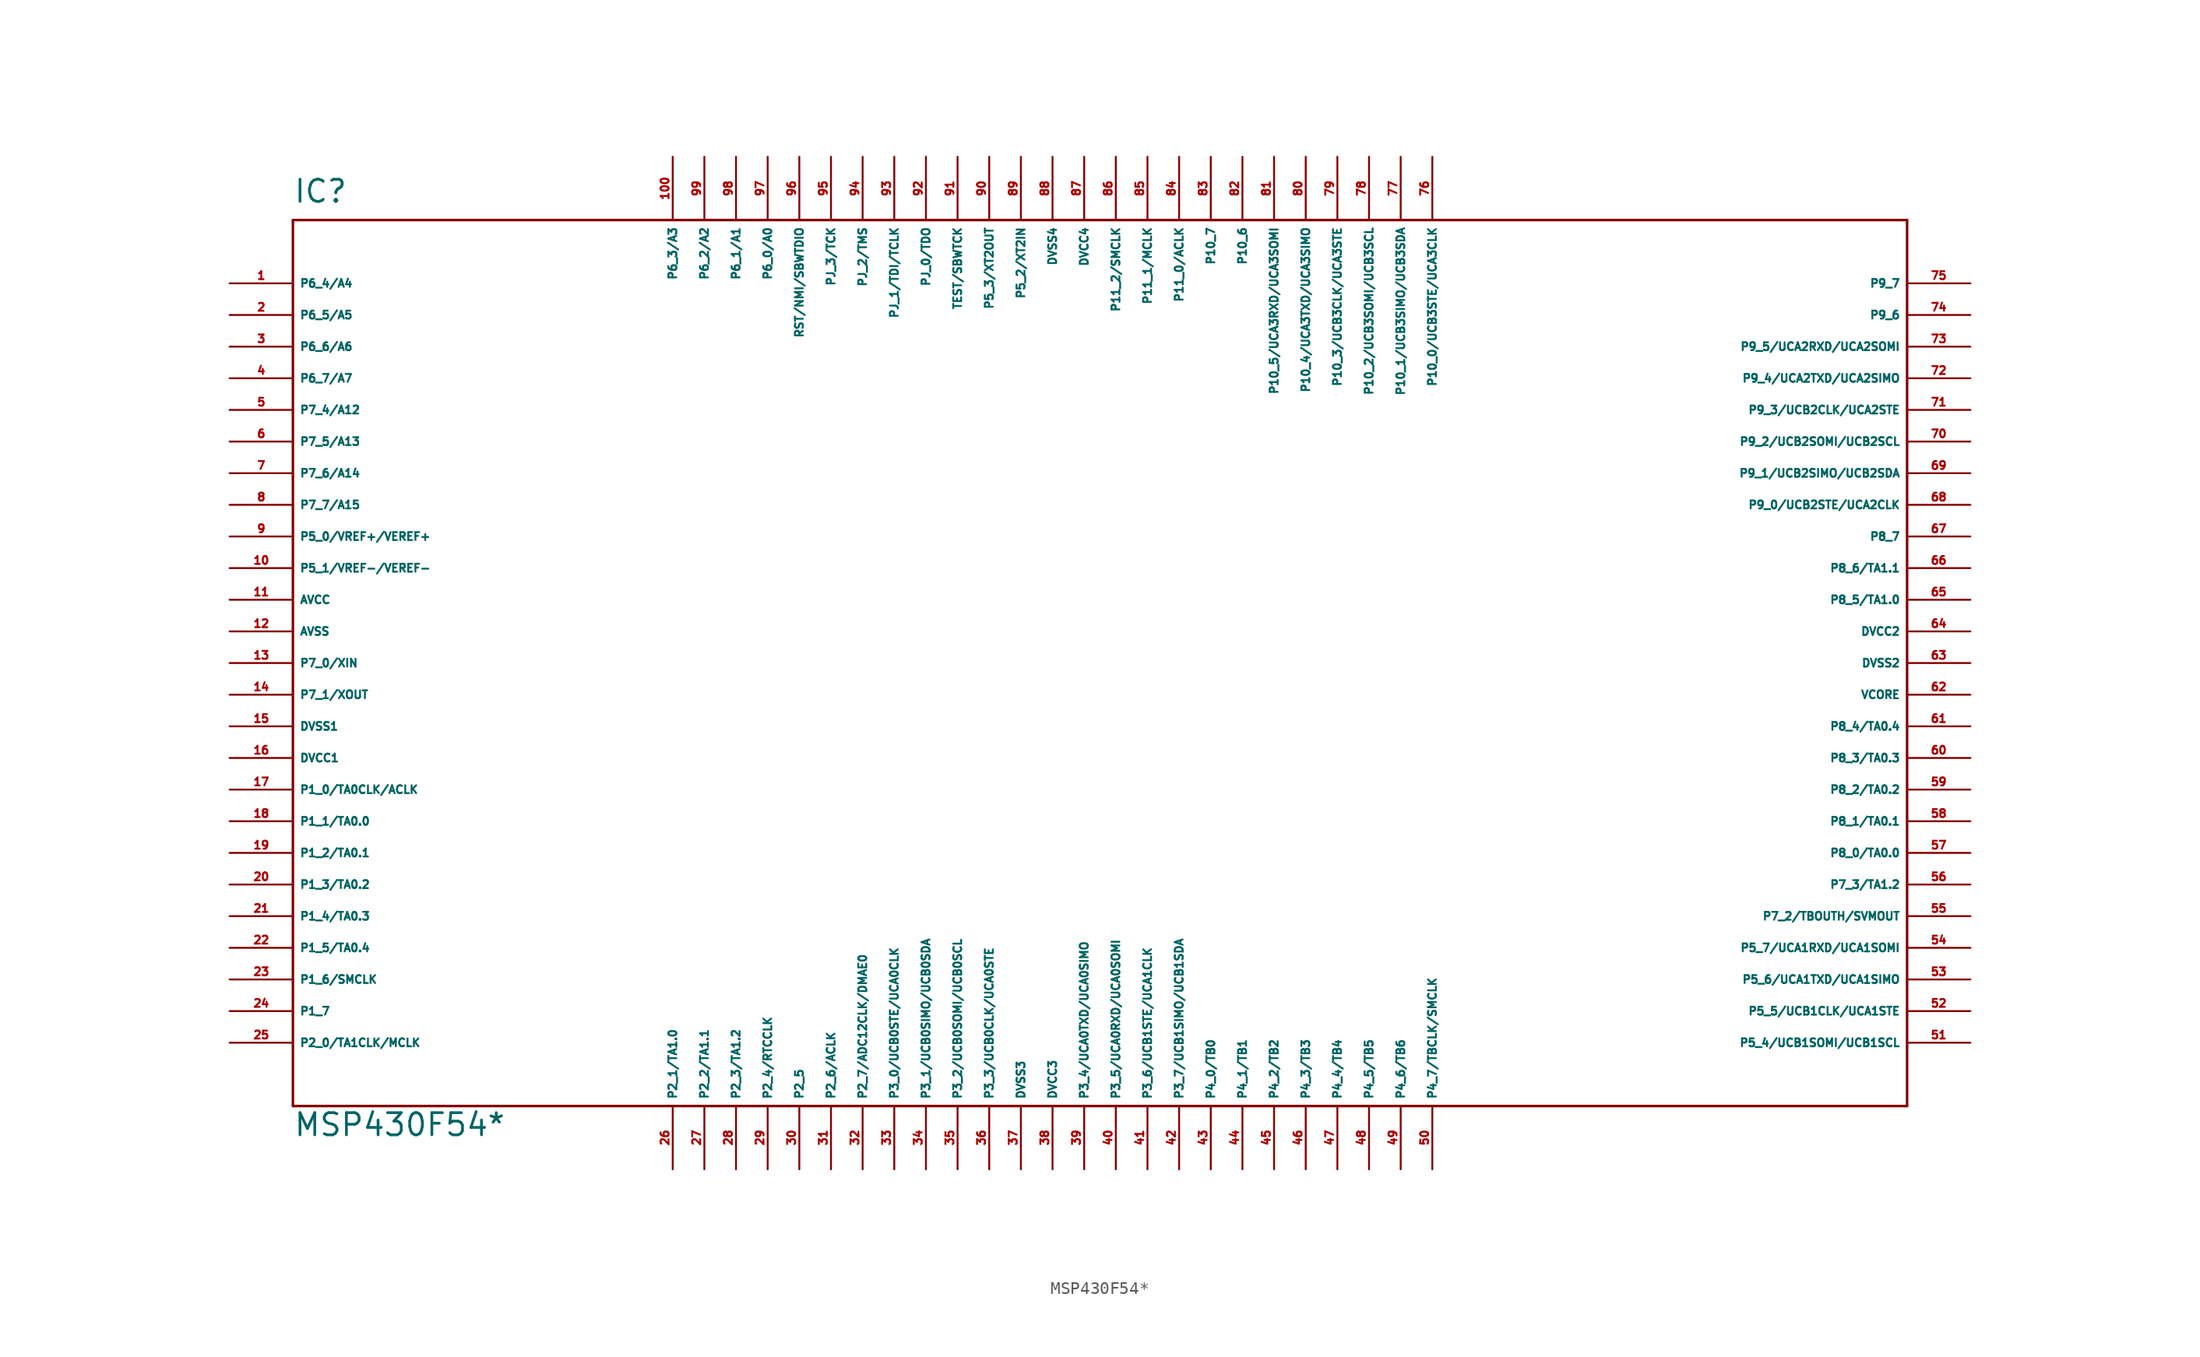
<source format=kicad_sym>
(kicad_symbol_lib
  (version 20220914)
  (generator Eagle2Kicad)
  (symbol "MSP430F54*"
    (property "Reference" "IC"
      (at -60.96 36.83 0)
      (effects (font (size 1.778 1.778) (thickness 0.22)) (justify left bottom)))
    (property "Value" "MSP430F54*"
      (at -60.96 -38.1 0)
      (effects (font (size 1.778 1.778) (thickness 0.22)) (justify left bottom)))
    (polyline
      (pts (xy -60.96 -35.56) (xy 68.58 -35.56))
      (stroke (width 0.203) (type default))
      (fill (type none)))
    (polyline
      (pts (xy 68.58 -35.56) (xy 68.58 35.56))
      (stroke (width 0.203) (type default))
      (fill (type none)))
    (polyline
      (pts (xy 68.58 35.56) (xy -60.96 35.56))
      (stroke (width 0.203) (type default))
      (fill (type none)))
    (polyline
      (pts (xy -60.96 35.56) (xy -60.96 -35.56))
      (stroke (width 0.203) (type default))
      (fill (type none)))
    (pin bidirectional line
      (at -66.04 30.48 0)
      (length 5.08)
      (name "P6_4/A4" (effects (font (size 0.635 0.635) (thickness 0.08)) (justify left bottom)))
      (number "1" (effects (font (size 0.635 0.635) (thickness 0.08)) (justify left bottom))))
    (pin bidirectional line
      (at -66.04 27.94 0)
      (length 5.08)
      (name "P6_5/A5" (effects (font (size 0.635 0.635) (thickness 0.08)) (justify left bottom)))
      (number "2" (effects (font (size 0.635 0.635) (thickness 0.08)) (justify left bottom))))
    (pin bidirectional line
      (at -66.04 25.4 0)
      (length 5.08)
      (name "P6_6/A6" (effects (font (size 0.635 0.635) (thickness 0.08)) (justify left bottom)))
      (number "3" (effects (font (size 0.635 0.635) (thickness 0.08)) (justify left bottom))))
    (pin bidirectional line
      (at -66.04 22.86 0)
      (length 5.08)
      (name "P6_7/A7" (effects (font (size 0.635 0.635) (thickness 0.08)) (justify left bottom)))
      (number "4" (effects (font (size 0.635 0.635) (thickness 0.08)) (justify left bottom))))
    (pin bidirectional line
      (at -66.04 20.32 0)
      (length 5.08)
      (name "P7_4/A12" (effects (font (size 0.635 0.635) (thickness 0.08)) (justify left bottom)))
      (number "5" (effects (font (size 0.635 0.635) (thickness 0.08)) (justify left bottom))))
    (pin bidirectional line
      (at -66.04 17.78 0)
      (length 5.08)
      (name "P7_5/A13" (effects (font (size 0.635 0.635) (thickness 0.08)) (justify left bottom)))
      (number "6" (effects (font (size 0.635 0.635) (thickness 0.08)) (justify left bottom))))
    (pin bidirectional line
      (at -66.04 15.24 0)
      (length 5.08)
      (name "P7_6/A14" (effects (font (size 0.635 0.635) (thickness 0.08)) (justify left bottom)))
      (number "7" (effects (font (size 0.635 0.635) (thickness 0.08)) (justify left bottom))))
    (pin bidirectional line
      (at -66.04 12.7 0)
      (length 5.08)
      (name "P7_7/A15" (effects (font (size 0.635 0.635) (thickness 0.08)) (justify left bottom)))
      (number "8" (effects (font (size 0.635 0.635) (thickness 0.08)) (justify left bottom))))
    (pin bidirectional line
      (at -66.04 10.16 0)
      (length 5.08)
      (name "P5_0/VREF+/VEREF+" (effects (font (size 0.635 0.635) (thickness 0.08)) (justify left bottom)))
      (number "9" (effects (font (size 0.635 0.635) (thickness 0.08)) (justify left bottom))))
    (pin bidirectional line
      (at -66.04 7.62 0)
      (length 5.08)
      (name "P5_1/VREF-/VEREF-" (effects (font (size 0.635 0.635) (thickness 0.08)) (justify left bottom)))
      (number "10" (effects (font (size 0.635 0.635) (thickness 0.08)) (justify left bottom))))
    (pin unspecified line
      (at -66.04 5.08 0)
      (length 5.08)
      (name "AVCC" (effects (font (size 0.635 0.635) (thickness 0.08)) (justify left bottom)))
      (number "11" (effects (font (size 0.635 0.635) (thickness 0.08)) (justify left bottom))))
    (pin unspecified line
      (at -66.04 2.54 0)
      (length 5.08)
      (name "AVSS" (effects (font (size 0.635 0.635) (thickness 0.08)) (justify left bottom)))
      (number "12" (effects (font (size 0.635 0.635) (thickness 0.08)) (justify left bottom))))
    (pin bidirectional line
      (at -66.04 0 0)
      (length 5.08)
      (name "P7_0/XIN" (effects (font (size 0.635 0.635) (thickness 0.08)) (justify left bottom)))
      (number "13" (effects (font (size 0.635 0.635) (thickness 0.08)) (justify left bottom))))
    (pin bidirectional line
      (at -66.04 -2.54 0)
      (length 5.08)
      (name "P7_1/XOUT" (effects (font (size 0.635 0.635) (thickness 0.08)) (justify left bottom)))
      (number "14" (effects (font (size 0.635 0.635) (thickness 0.08)) (justify left bottom))))
    (pin unspecified line
      (at -66.04 -5.08 0)
      (length 5.08)
      (name "DVSS1" (effects (font (size 0.635 0.635) (thickness 0.08)) (justify left bottom)))
      (number "15" (effects (font (size 0.635 0.635) (thickness 0.08)) (justify left bottom))))
    (pin unspecified line
      (at -66.04 -7.62 0)
      (length 5.08)
      (name "DVCC1" (effects (font (size 0.635 0.635) (thickness 0.08)) (justify left bottom)))
      (number "16" (effects (font (size 0.635 0.635) (thickness 0.08)) (justify left bottom))))
    (pin bidirectional line
      (at -66.04 -10.16 0)
      (length 5.08)
      (name "P1_0/TA0CLK/ACLK" (effects (font (size 0.635 0.635) (thickness 0.08)) (justify left bottom)))
      (number "17" (effects (font (size 0.635 0.635) (thickness 0.08)) (justify left bottom))))
    (pin bidirectional line
      (at -66.04 -12.7 0)
      (length 5.08)
      (name "P1_1/TA0.0" (effects (font (size 0.635 0.635) (thickness 0.08)) (justify left bottom)))
      (number "18" (effects (font (size 0.635 0.635) (thickness 0.08)) (justify left bottom))))
    (pin bidirectional line
      (at -66.04 -15.24 0)
      (length 5.08)
      (name "P1_2/TA0.1" (effects (font (size 0.635 0.635) (thickness 0.08)) (justify left bottom)))
      (number "19" (effects (font (size 0.635 0.635) (thickness 0.08)) (justify left bottom))))
    (pin bidirectional line
      (at -66.04 -17.78 0)
      (length 5.08)
      (name "P1_3/TA0.2" (effects (font (size 0.635 0.635) (thickness 0.08)) (justify left bottom)))
      (number "20" (effects (font (size 0.635 0.635) (thickness 0.08)) (justify left bottom))))
    (pin bidirectional line
      (at -66.04 -20.32 0)
      (length 5.08)
      (name "P1_4/TA0.3" (effects (font (size 0.635 0.635) (thickness 0.08)) (justify left bottom)))
      (number "21" (effects (font (size 0.635 0.635) (thickness 0.08)) (justify left bottom))))
    (pin bidirectional line
      (at -66.04 -22.86 0)
      (length 5.08)
      (name "P1_5/TA0.4" (effects (font (size 0.635 0.635) (thickness 0.08)) (justify left bottom)))
      (number "22" (effects (font (size 0.635 0.635) (thickness 0.08)) (justify left bottom))))
    (pin bidirectional line
      (at -66.04 -25.4 0)
      (length 5.08)
      (name "P1_6/SMCLK" (effects (font (size 0.635 0.635) (thickness 0.08)) (justify left bottom)))
      (number "23" (effects (font (size 0.635 0.635) (thickness 0.08)) (justify left bottom))))
    (pin bidirectional line
      (at -66.04 -27.94 0)
      (length 5.08)
      (name "P1_7" (effects (font (size 0.635 0.635) (thickness 0.08)) (justify left bottom)))
      (number "24" (effects (font (size 0.635 0.635) (thickness 0.08)) (justify left bottom))))
    (pin bidirectional line
      (at -66.04 -30.48 0)
      (length 5.08)
      (name "P2_0/TA1CLK/MCLK" (effects (font (size 0.635 0.635) (thickness 0.08)) (justify left bottom)))
      (number "25" (effects (font (size 0.635 0.635) (thickness 0.08)) (justify left bottom))))
    (pin bidirectional line
      (at -30.48 -40.64 90)
      (length 5.08)
      (name "P2_1/TA1.0" (effects (font (size 0.635 0.635) (thickness 0.08)) (justify left bottom)))
      (number "26" (effects (font (size 0.635 0.635) (thickness 0.08)) (justify left bottom))))
    (pin bidirectional line
      (at -27.94 -40.64 90)
      (length 5.08)
      (name "P2_2/TA1.1" (effects (font (size 0.635 0.635) (thickness 0.08)) (justify left bottom)))
      (number "27" (effects (font (size 0.635 0.635) (thickness 0.08)) (justify left bottom))))
    (pin bidirectional line
      (at -25.4 -40.64 90)
      (length 5.08)
      (name "P2_3/TA1.2" (effects (font (size 0.635 0.635) (thickness 0.08)) (justify left bottom)))
      (number "28" (effects (font (size 0.635 0.635) (thickness 0.08)) (justify left bottom))))
    (pin bidirectional line
      (at -22.86 -40.64 90)
      (length 5.08)
      (name "P2_4/RTCCLK" (effects (font (size 0.635 0.635) (thickness 0.08)) (justify left bottom)))
      (number "29" (effects (font (size 0.635 0.635) (thickness 0.08)) (justify left bottom))))
    (pin bidirectional line
      (at -20.32 -40.64 90)
      (length 5.08)
      (name "P2_5" (effects (font (size 0.635 0.635) (thickness 0.08)) (justify left bottom)))
      (number "30" (effects (font (size 0.635 0.635) (thickness 0.08)) (justify left bottom))))
    (pin bidirectional line
      (at -17.78 -40.64 90)
      (length 5.08)
      (name "P2_6/ACLK" (effects (font (size 0.635 0.635) (thickness 0.08)) (justify left bottom)))
      (number "31" (effects (font (size 0.635 0.635) (thickness 0.08)) (justify left bottom))))
    (pin bidirectional line
      (at -15.24 -40.64 90)
      (length 5.08)
      (name "P2_7/ADC12CLK/DMAE0" (effects (font (size 0.635 0.635) (thickness 0.08)) (justify left bottom)))
      (number "32" (effects (font (size 0.635 0.635) (thickness 0.08)) (justify left bottom))))
    (pin bidirectional line
      (at -12.7 -40.64 90)
      (length 5.08)
      (name "P3_0/UCB0STE/UCA0CLK" (effects (font (size 0.635 0.635) (thickness 0.08)) (justify left bottom)))
      (number "33" (effects (font (size 0.635 0.635) (thickness 0.08)) (justify left bottom))))
    (pin bidirectional line
      (at -10.16 -40.64 90)
      (length 5.08)
      (name "P3_1/UCB0SIMO/UCB0SDA" (effects (font (size 0.635 0.635) (thickness 0.08)) (justify left bottom)))
      (number "34" (effects (font (size 0.635 0.635) (thickness 0.08)) (justify left bottom))))
    (pin bidirectional line
      (at -7.62 -40.64 90)
      (length 5.08)
      (name "P3_2/UCB0SOMI/UCB0SCL" (effects (font (size 0.635 0.635) (thickness 0.08)) (justify left bottom)))
      (number "35" (effects (font (size 0.635 0.635) (thickness 0.08)) (justify left bottom))))
    (pin bidirectional line
      (at -5.08 -40.64 90)
      (length 5.08)
      (name "P3_3/UCB0CLK/UCA0STE" (effects (font (size 0.635 0.635) (thickness 0.08)) (justify left bottom)))
      (number "36" (effects (font (size 0.635 0.635) (thickness 0.08)) (justify left bottom))))
    (pin unspecified line
      (at -2.54 -40.64 90)
      (length 5.08)
      (name "DVSS3" (effects (font (size 0.635 0.635) (thickness 0.08)) (justify left bottom)))
      (number "37" (effects (font (size 0.635 0.635) (thickness 0.08)) (justify left bottom))))
    (pin unspecified line
      (at 0 -40.64 90)
      (length 5.08)
      (name "DVCC3" (effects (font (size 0.635 0.635) (thickness 0.08)) (justify left bottom)))
      (number "38" (effects (font (size 0.635 0.635) (thickness 0.08)) (justify left bottom))))
    (pin bidirectional line
      (at 2.54 -40.64 90)
      (length 5.08)
      (name "P3_4/UCA0TXD/UCA0SIMO" (effects (font (size 0.635 0.635) (thickness 0.08)) (justify left bottom)))
      (number "39" (effects (font (size 0.635 0.635) (thickness 0.08)) (justify left bottom))))
    (pin bidirectional line
      (at 5.08 -40.64 90)
      (length 5.08)
      (name "P3_5/UCA0RXD/UCA0SOMI" (effects (font (size 0.635 0.635) (thickness 0.08)) (justify left bottom)))
      (number "40" (effects (font (size 0.635 0.635) (thickness 0.08)) (justify left bottom))))
    (pin bidirectional line
      (at 7.62 -40.64 90)
      (length 5.08)
      (name "P3_6/UCB1STE/UCA1CLK" (effects (font (size 0.635 0.635) (thickness 0.08)) (justify left bottom)))
      (number "41" (effects (font (size 0.635 0.635) (thickness 0.08)) (justify left bottom))))
    (pin bidirectional line
      (at 10.16 -40.64 90)
      (length 5.08)
      (name "P3_7/UCB1SIMO/UCB1SDA" (effects (font (size 0.635 0.635) (thickness 0.08)) (justify left bottom)))
      (number "42" (effects (font (size 0.635 0.635) (thickness 0.08)) (justify left bottom))))
    (pin bidirectional line
      (at 12.7 -40.64 90)
      (length 5.08)
      (name "P4_0/TB0" (effects (font (size 0.635 0.635) (thickness 0.08)) (justify left bottom)))
      (number "43" (effects (font (size 0.635 0.635) (thickness 0.08)) (justify left bottom))))
    (pin bidirectional line
      (at 15.24 -40.64 90)
      (length 5.08)
      (name "P4_1/TB1" (effects (font (size 0.635 0.635) (thickness 0.08)) (justify left bottom)))
      (number "44" (effects (font (size 0.635 0.635) (thickness 0.08)) (justify left bottom))))
    (pin bidirectional line
      (at 17.78 -40.64 90)
      (length 5.08)
      (name "P4_2/TB2" (effects (font (size 0.635 0.635) (thickness 0.08)) (justify left bottom)))
      (number "45" (effects (font (size 0.635 0.635) (thickness 0.08)) (justify left bottom))))
    (pin bidirectional line
      (at 20.32 -40.64 90)
      (length 5.08)
      (name "P4_3/TB3" (effects (font (size 0.635 0.635) (thickness 0.08)) (justify left bottom)))
      (number "46" (effects (font (size 0.635 0.635) (thickness 0.08)) (justify left bottom))))
    (pin bidirectional line
      (at 22.86 -40.64 90)
      (length 5.08)
      (name "P4_4/TB4" (effects (font (size 0.635 0.635) (thickness 0.08)) (justify left bottom)))
      (number "47" (effects (font (size 0.635 0.635) (thickness 0.08)) (justify left bottom))))
    (pin bidirectional line
      (at 25.4 -40.64 90)
      (length 5.08)
      (name "P4_5/TB5" (effects (font (size 0.635 0.635) (thickness 0.08)) (justify left bottom)))
      (number "48" (effects (font (size 0.635 0.635) (thickness 0.08)) (justify left bottom))))
    (pin bidirectional line
      (at 27.94 -40.64 90)
      (length 5.08)
      (name "P4_6/TB6" (effects (font (size 0.635 0.635) (thickness 0.08)) (justify left bottom)))
      (number "49" (effects (font (size 0.635 0.635) (thickness 0.08)) (justify left bottom))))
    (pin bidirectional line
      (at 30.48 -40.64 90)
      (length 5.08)
      (name "P4_7/TBCLK/SMCLK" (effects (font (size 0.635 0.635) (thickness 0.08)) (justify left bottom)))
      (number "50" (effects (font (size 0.635 0.635) (thickness 0.08)) (justify left bottom))))
    (pin bidirectional line
      (at 73.66 -30.48 180)
      (length 5.08)
      (name "P5_4/UCB1SOMI/UCB1SCL" (effects (font (size 0.635 0.635) (thickness 0.08)) (justify left bottom)))
      (number "51" (effects (font (size 0.635 0.635) (thickness 0.08)) (justify left bottom))))
    (pin bidirectional line
      (at 73.66 -27.94 180)
      (length 5.08)
      (name "P5_5/UCB1CLK/UCA1STE" (effects (font (size 0.635 0.635) (thickness 0.08)) (justify left bottom)))
      (number "52" (effects (font (size 0.635 0.635) (thickness 0.08)) (justify left bottom))))
    (pin bidirectional line
      (at 73.66 -25.4 180)
      (length 5.08)
      (name "P5_6/UCA1TXD/UCA1SIMO" (effects (font (size 0.635 0.635) (thickness 0.08)) (justify left bottom)))
      (number "53" (effects (font (size 0.635 0.635) (thickness 0.08)) (justify left bottom))))
    (pin bidirectional line
      (at 73.66 -22.86 180)
      (length 5.08)
      (name "P5_7/UCA1RXD/UCA1SOMI" (effects (font (size 0.635 0.635) (thickness 0.08)) (justify left bottom)))
      (number "54" (effects (font (size 0.635 0.635) (thickness 0.08)) (justify left bottom))))
    (pin bidirectional line
      (at 73.66 -20.32 180)
      (length 5.08)
      (name "P7_2/TBOUTH/SVMOUT" (effects (font (size 0.635 0.635) (thickness 0.08)) (justify left bottom)))
      (number "55" (effects (font (size 0.635 0.635) (thickness 0.08)) (justify left bottom))))
    (pin bidirectional line
      (at 73.66 -17.78 180)
      (length 5.08)
      (name "P7_3/TA1.2" (effects (font (size 0.635 0.635) (thickness 0.08)) (justify left bottom)))
      (number "56" (effects (font (size 0.635 0.635) (thickness 0.08)) (justify left bottom))))
    (pin bidirectional line
      (at 73.66 -15.24 180)
      (length 5.08)
      (name "P8_0/TA0.0" (effects (font (size 0.635 0.635) (thickness 0.08)) (justify left bottom)))
      (number "57" (effects (font (size 0.635 0.635) (thickness 0.08)) (justify left bottom))))
    (pin bidirectional line
      (at 73.66 -12.7 180)
      (length 5.08)
      (name "P8_1/TA0.1" (effects (font (size 0.635 0.635) (thickness 0.08)) (justify left bottom)))
      (number "58" (effects (font (size 0.635 0.635) (thickness 0.08)) (justify left bottom))))
    (pin bidirectional line
      (at 73.66 -10.16 180)
      (length 5.08)
      (name "P8_2/TA0.2" (effects (font (size 0.635 0.635) (thickness 0.08)) (justify left bottom)))
      (number "59" (effects (font (size 0.635 0.635) (thickness 0.08)) (justify left bottom))))
    (pin bidirectional line
      (at 73.66 -7.62 180)
      (length 5.08)
      (name "P8_3/TA0.3" (effects (font (size 0.635 0.635) (thickness 0.08)) (justify left bottom)))
      (number "60" (effects (font (size 0.635 0.635) (thickness 0.08)) (justify left bottom))))
    (pin bidirectional line
      (at 73.66 -5.08 180)
      (length 5.08)
      (name "P8_4/TA0.4" (effects (font (size 0.635 0.635) (thickness 0.08)) (justify left bottom)))
      (number "61" (effects (font (size 0.635 0.635) (thickness 0.08)) (justify left bottom))))
    (pin unspecified line
      (at 73.66 -2.54 180)
      (length 5.08)
      (name "VCORE" (effects (font (size 0.635 0.635) (thickness 0.08)) (justify left bottom)))
      (number "62" (effects (font (size 0.635 0.635) (thickness 0.08)) (justify left bottom))))
    (pin unspecified line
      (at 73.66 0 180)
      (length 5.08)
      (name "DVSS2" (effects (font (size 0.635 0.635) (thickness 0.08)) (justify left bottom)))
      (number "63" (effects (font (size 0.635 0.635) (thickness 0.08)) (justify left bottom))))
    (pin unspecified line
      (at 73.66 2.54 180)
      (length 5.08)
      (name "DVCC2" (effects (font (size 0.635 0.635) (thickness 0.08)) (justify left bottom)))
      (number "64" (effects (font (size 0.635 0.635) (thickness 0.08)) (justify left bottom))))
    (pin bidirectional line
      (at 73.66 5.08 180)
      (length 5.08)
      (name "P8_5/TA1.0" (effects (font (size 0.635 0.635) (thickness 0.08)) (justify left bottom)))
      (number "65" (effects (font (size 0.635 0.635) (thickness 0.08)) (justify left bottom))))
    (pin bidirectional line
      (at 73.66 7.62 180)
      (length 5.08)
      (name "P8_6/TA1.1" (effects (font (size 0.635 0.635) (thickness 0.08)) (justify left bottom)))
      (number "66" (effects (font (size 0.635 0.635) (thickness 0.08)) (justify left bottom))))
    (pin bidirectional line
      (at 73.66 10.16 180)
      (length 5.08)
      (name "P8_7" (effects (font (size 0.635 0.635) (thickness 0.08)) (justify left bottom)))
      (number "67" (effects (font (size 0.635 0.635) (thickness 0.08)) (justify left bottom))))
    (pin bidirectional line
      (at 73.66 12.7 180)
      (length 5.08)
      (name "P9_0/UCB2STE/UCA2CLK" (effects (font (size 0.635 0.635) (thickness 0.08)) (justify left bottom)))
      (number "68" (effects (font (size 0.635 0.635) (thickness 0.08)) (justify left bottom))))
    (pin bidirectional line
      (at 73.66 15.24 180)
      (length 5.08)
      (name "P9_1/UCB2SIMO/UCB2SDA" (effects (font (size 0.635 0.635) (thickness 0.08)) (justify left bottom)))
      (number "69" (effects (font (size 0.635 0.635) (thickness 0.08)) (justify left bottom))))
    (pin bidirectional line
      (at 73.66 17.78 180)
      (length 5.08)
      (name "P9_2/UCB2SOMI/UCB2SCL" (effects (font (size 0.635 0.635) (thickness 0.08)) (justify left bottom)))
      (number "70" (effects (font (size 0.635 0.635) (thickness 0.08)) (justify left bottom))))
    (pin bidirectional line
      (at 73.66 20.32 180)
      (length 5.08)
      (name "P9_3/UCB2CLK/UCA2STE" (effects (font (size 0.635 0.635) (thickness 0.08)) (justify left bottom)))
      (number "71" (effects (font (size 0.635 0.635) (thickness 0.08)) (justify left bottom))))
    (pin bidirectional line
      (at 73.66 22.86 180)
      (length 5.08)
      (name "P9_4/UCA2TXD/UCA2SIMO" (effects (font (size 0.635 0.635) (thickness 0.08)) (justify left bottom)))
      (number "72" (effects (font (size 0.635 0.635) (thickness 0.08)) (justify left bottom))))
    (pin bidirectional line
      (at 73.66 25.4 180)
      (length 5.08)
      (name "P9_5/UCA2RXD/UCA2SOMI" (effects (font (size 0.635 0.635) (thickness 0.08)) (justify left bottom)))
      (number "73" (effects (font (size 0.635 0.635) (thickness 0.08)) (justify left bottom))))
    (pin bidirectional line
      (at 73.66 27.94 180)
      (length 5.08)
      (name "P9_6" (effects (font (size 0.635 0.635) (thickness 0.08)) (justify left bottom)))
      (number "74" (effects (font (size 0.635 0.635) (thickness 0.08)) (justify left bottom))))
    (pin bidirectional line
      (at 73.66 30.48 180)
      (length 5.08)
      (name "P9_7" (effects (font (size 0.635 0.635) (thickness 0.08)) (justify left bottom)))
      (number "75" (effects (font (size 0.635 0.635) (thickness 0.08)) (justify left bottom))))
    (pin bidirectional line
      (at 30.48 40.64 270)
      (length 5.08)
      (name "P10_0/UCB3STE/UCA3CLK" (effects (font (size 0.635 0.635) (thickness 0.08)) (justify left bottom)))
      (number "76" (effects (font (size 0.635 0.635) (thickness 0.08)) (justify left bottom))))
    (pin bidirectional line
      (at 27.94 40.64 270)
      (length 5.08)
      (name "P10_1/UCB3SIMO/UCB3SDA" (effects (font (size 0.635 0.635) (thickness 0.08)) (justify left bottom)))
      (number "77" (effects (font (size 0.635 0.635) (thickness 0.08)) (justify left bottom))))
    (pin bidirectional line
      (at 25.4 40.64 270)
      (length 5.08)
      (name "P10_2/UCB3SOMI/UCB3SCL" (effects (font (size 0.635 0.635) (thickness 0.08)) (justify left bottom)))
      (number "78" (effects (font (size 0.635 0.635) (thickness 0.08)) (justify left bottom))))
    (pin bidirectional line
      (at 22.86 40.64 270)
      (length 5.08)
      (name "P10_3/UCB3CLK/UCA3STE" (effects (font (size 0.635 0.635) (thickness 0.08)) (justify left bottom)))
      (number "79" (effects (font (size 0.635 0.635) (thickness 0.08)) (justify left bottom))))
    (pin bidirectional line
      (at 20.32 40.64 270)
      (length 5.08)
      (name "P10_4/UCA3TXD/UCA3SIMO" (effects (font (size 0.635 0.635) (thickness 0.08)) (justify left bottom)))
      (number "80" (effects (font (size 0.635 0.635) (thickness 0.08)) (justify left bottom))))
    (pin bidirectional line
      (at 17.78 40.64 270)
      (length 5.08)
      (name "P10_5/UCA3RXD/UCA3SOMI" (effects (font (size 0.635 0.635) (thickness 0.08)) (justify left bottom)))
      (number "81" (effects (font (size 0.635 0.635) (thickness 0.08)) (justify left bottom))))
    (pin bidirectional line
      (at 15.24 40.64 270)
      (length 5.08)
      (name "P10_6" (effects (font (size 0.635 0.635) (thickness 0.08)) (justify left bottom)))
      (number "82" (effects (font (size 0.635 0.635) (thickness 0.08)) (justify left bottom))))
    (pin bidirectional line
      (at 12.7 40.64 270)
      (length 5.08)
      (name "P10_7" (effects (font (size 0.635 0.635) (thickness 0.08)) (justify left bottom)))
      (number "83" (effects (font (size 0.635 0.635) (thickness 0.08)) (justify left bottom))))
    (pin bidirectional line
      (at 10.16 40.64 270)
      (length 5.08)
      (name "P11_0/ACLK" (effects (font (size 0.635 0.635) (thickness 0.08)) (justify left bottom)))
      (number "84" (effects (font (size 0.635 0.635) (thickness 0.08)) (justify left bottom))))
    (pin bidirectional line
      (at 7.62 40.64 270)
      (length 5.08)
      (name "P11_1/MCLK" (effects (font (size 0.635 0.635) (thickness 0.08)) (justify left bottom)))
      (number "85" (effects (font (size 0.635 0.635) (thickness 0.08)) (justify left bottom))))
    (pin bidirectional line
      (at 5.08 40.64 270)
      (length 5.08)
      (name "P11_2/SMCLK" (effects (font (size 0.635 0.635) (thickness 0.08)) (justify left bottom)))
      (number "86" (effects (font (size 0.635 0.635) (thickness 0.08)) (justify left bottom))))
    (pin unspecified line
      (at 2.54 40.64 270)
      (length 5.08)
      (name "DVCC4" (effects (font (size 0.635 0.635) (thickness 0.08)) (justify left bottom)))
      (number "87" (effects (font (size 0.635 0.635) (thickness 0.08)) (justify left bottom))))
    (pin unspecified line
      (at 0 40.64 270)
      (length 5.08)
      (name "DVSS4" (effects (font (size 0.635 0.635) (thickness 0.08)) (justify left bottom)))
      (number "88" (effects (font (size 0.635 0.635) (thickness 0.08)) (justify left bottom))))
    (pin bidirectional line
      (at -2.54 40.64 270)
      (length 5.08)
      (name "P5_2/XT2IN" (effects (font (size 0.635 0.635) (thickness 0.08)) (justify left bottom)))
      (number "89" (effects (font (size 0.635 0.635) (thickness 0.08)) (justify left bottom))))
    (pin bidirectional line
      (at -5.08 40.64 270)
      (length 5.08)
      (name "P5_3/XT2OUT" (effects (font (size 0.635 0.635) (thickness 0.08)) (justify left bottom)))
      (number "90" (effects (font (size 0.635 0.635) (thickness 0.08)) (justify left bottom))))
    (pin input line
      (at -7.62 40.64 270)
      (length 5.08)
      (name "TEST/SBWTCK" (effects (font (size 0.635 0.635) (thickness 0.08)) (justify left bottom)))
      (number "91" (effects (font (size 0.635 0.635) (thickness 0.08)) (justify left bottom))))
    (pin bidirectional line
      (at -10.16 40.64 270)
      (length 5.08)
      (name "PJ_0/TDO" (effects (font (size 0.635 0.635) (thickness 0.08)) (justify left bottom)))
      (number "92" (effects (font (size 0.635 0.635) (thickness 0.08)) (justify left bottom))))
    (pin bidirectional line
      (at -12.7 40.64 270)
      (length 5.08)
      (name "PJ_1/TDI/TCLK" (effects (font (size 0.635 0.635) (thickness 0.08)) (justify left bottom)))
      (number "93" (effects (font (size 0.635 0.635) (thickness 0.08)) (justify left bottom))))
    (pin bidirectional line
      (at -15.24 40.64 270)
      (length 5.08)
      (name "PJ_2/TMS" (effects (font (size 0.635 0.635) (thickness 0.08)) (justify left bottom)))
      (number "94" (effects (font (size 0.635 0.635) (thickness 0.08)) (justify left bottom))))
    (pin bidirectional line
      (at -17.78 40.64 270)
      (length 5.08)
      (name "PJ_3/TCK" (effects (font (size 0.635 0.635) (thickness 0.08)) (justify left bottom)))
      (number "95" (effects (font (size 0.635 0.635) (thickness 0.08)) (justify left bottom))))
    (pin bidirectional line
      (at -20.32 40.64 270)
      (length 5.08)
      (name "RST/NMI/SBWTDIO" (effects (font (size 0.635 0.635) (thickness 0.08)) (justify left bottom)))
      (number "96" (effects (font (size 0.635 0.635) (thickness 0.08)) (justify left bottom))))
    (pin bidirectional line
      (at -22.86 40.64 270)
      (length 5.08)
      (name "P6_0/A0" (effects (font (size 0.635 0.635) (thickness 0.08)) (justify left bottom)))
      (number "97" (effects (font (size 0.635 0.635) (thickness 0.08)) (justify left bottom))))
    (pin bidirectional line
      (at -25.4 40.64 270)
      (length 5.08)
      (name "P6_1/A1" (effects (font (size 0.635 0.635) (thickness 0.08)) (justify left bottom)))
      (number "98" (effects (font (size 0.635 0.635) (thickness 0.08)) (justify left bottom))))
    (pin bidirectional line
      (at -27.94 40.64 270)
      (length 5.08)
      (name "P6_2/A2" (effects (font (size 0.635 0.635) (thickness 0.08)) (justify left bottom)))
      (number "99" (effects (font (size 0.635 0.635) (thickness 0.08)) (justify left bottom))))
    (pin bidirectional line
      (at -30.48 40.64 270)
      (length 5.08)
      (name "P6_3/A3" (effects (font (size 0.635 0.635) (thickness 0.08)) (justify left bottom)))
      (number "100" (effects (font (size 0.635 0.635) (thickness 0.08)) (justify left bottom))))))
</source>
